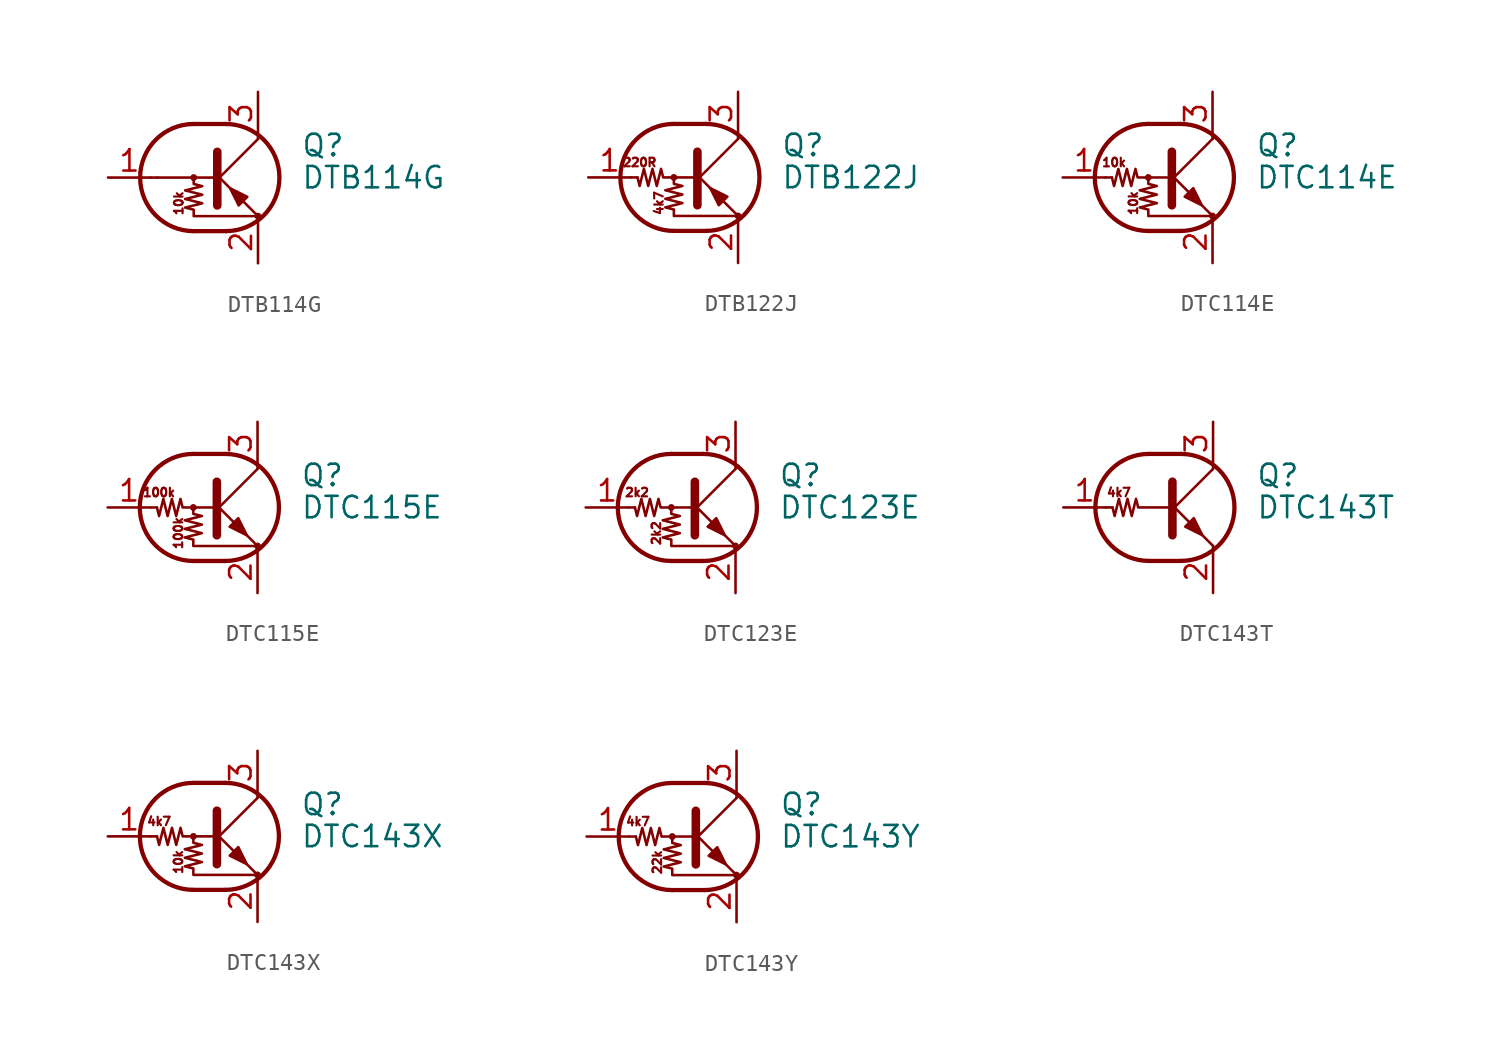
<source format=kicad_sym>
(kicad_symbol_lib
  (version 20201005)
  (generator kicad_symbol_editor)
  (symbol "Transistor_BJT:DTB114G"
    (pin_names
      (offset 0) hide)
    (property "Reference" "Q"
      (at 5.08 1.905 0)
      (effects (font (size 1.27 1.27)) (justify left)))
    (property "Value" "DTB114G"
      (at 5.08 0 0)
      (effects (font (size 1.27 1.27)) (justify left)))
    (symbol "DTB114G_0_0"
      (text "10k" (at -2.159 -1.524 900) (effects (font (size 0.508 0.508))))
      (polyline (pts (xy -3.429 0) (xy 0 0)) (stroke (width 0)) (fill (type none))))
    (symbol "DTB114G_0_1"
      (arc (start -1.27 3.175) (end -1.27 -3.175) (radius (at -1.27 0) (length 3.175) (angles 90.1 -90.1)) (stroke (width 0.254)) (fill (type none)))
      (arc (start 0.635 -3.175) (end 0.635 3.175) (radius (at 0.635 0) (length 3.175) (angles -89.9 89.9)) (stroke (width 0.254)) (fill (type none)))
      (circle (center -1.27 0) (radius 0.127) (stroke (width 0)) (fill (type none)))
      (circle (center 2.54 -2.286) (radius 0.127) (stroke (width 0)) (fill (type none)))
      (polyline (pts (xy -3.429 0) (xy -3.81 0)) (stroke (width 0)) (fill (type none)))
      (polyline (pts (xy -1.27 -3.175) (xy 0.635 -3.175)) (stroke (width 0.254)) (fill (type none)))
      (polyline (pts (xy -1.27 3.175) (xy 0.635 3.175)) (stroke (width 0.254)) (fill (type none)))
      (polyline (pts (xy 0 -0.254) (xy 2.54 2.286)) (stroke (width 0)) (fill (type none)))
      (polyline (pts (xy 0.127 1.524) (xy 0.127 -1.651)) (stroke (width 0.508)) (fill (type outline)))
      (polyline (pts (xy 2.54 2.286) (xy 2.54 2.54)) (stroke (width 0)) (fill (type none)))
      (polyline (pts (xy 2.54 -2.286) (xy 0 0.254) (xy 0 0.254)) (stroke (width 0)) (fill (type none)))
      (polyline (pts (xy 1.397 -1.651) (xy 1.905 -1.143) (xy 0.889 -0.635) (xy 1.397 -1.651)) (stroke (width 0)) (fill (type outline)))
      (polyline (pts (xy -1.27 0) (xy -1.27 -0.381) (xy -0.762 -0.508) (xy -1.778 -0.762) (xy -0.762 -1.016) (xy -1.778 -1.27) (xy -0.762 -1.524) (xy -1.778 -1.778) (xy -1.27 -1.905) (xy -1.27 -2.286) (xy 2.54 -2.286)) (stroke (width 0)) (fill (type none))))
    (symbol "DTB114G_1_1"
      (pin input line (at -6.35 0 0) (length 2.54) (name "B" (effects (font (size 1.27 1.27)))) (number "1" (effects (font (size 1.27 1.27)))))
      (pin passive line (at 2.54 -5.08 90) (length 2.54) (name "E" (effects (font (size 1.27 1.27)))) (number "2" (effects (font (size 1.27 1.27)))))
      (pin passive line (at 2.54 5.08 270) (length 2.54) (name "C" (effects (font (size 1.27 1.27)))) (number "3" (effects (font (size 1.27 1.27)))))))
  (symbol "Transistor_BJT:DTB122J"
    (pin_names
      (offset 0) hide)
    (property "Reference" "Q"
      (at 5.08 1.905 0)
      (effects (font (size 1.27 1.27)) (justify left)))
    (property "Value" "DTB122J"
      (at 5.08 0 0)
      (effects (font (size 1.27 1.27)) (justify left)))
    (symbol "DTB122J_0_0"
      (text "220R" (at -3.302 0.889 0) (effects (font (size 0.508 0.508))))
      (text "4k7" (at -2.159 -1.524 900) (effects (font (size 0.508 0.508)))))
    (symbol "DTB122J_0_1"
      (arc (start -1.27 3.175) (end -1.27 -3.175) (radius (at -1.27 0) (length 3.175) (angles 90.1 -90.1)) (stroke (width 0.254)) (fill (type none)))
      (arc (start 0.635 -3.175) (end 0.635 3.175) (radius (at 0.635 0) (length 3.175) (angles -89.9 89.9)) (stroke (width 0.254)) (fill (type none)))
      (circle (center -1.27 0) (radius 0.127) (stroke (width 0)) (fill (type none)))
      (circle (center 2.54 -2.286) (radius 0.127) (stroke (width 0)) (fill (type none)))
      (polyline (pts (xy -3.429 0) (xy -3.81 0)) (stroke (width 0)) (fill (type none)))
      (polyline (pts (xy -1.27 -3.175) (xy 0.635 -3.175)) (stroke (width 0.254)) (fill (type none)))
      (polyline (pts (xy -1.27 3.175) (xy 0.635 3.175)) (stroke (width 0.254)) (fill (type none)))
      (polyline (pts (xy 0 -0.254) (xy 2.54 2.286)) (stroke (width 0)) (fill (type none)))
      (polyline (pts (xy 0.127 1.524) (xy 0.127 -1.651)) (stroke (width 0.508)) (fill (type outline)))
      (polyline (pts (xy 2.54 2.286) (xy 2.54 2.54)) (stroke (width 0)) (fill (type none)))
      (polyline (pts (xy 2.54 -2.286) (xy 0 0.254) (xy 0 0.254)) (stroke (width 0)) (fill (type none)))
      (polyline (pts (xy 1.397 -1.651) (xy 1.905 -1.143) (xy 0.889 -0.635) (xy 1.397 -1.651)) (stroke (width 0)) (fill (type outline)))
      (polyline (pts (xy 0 0) (xy -1.905 0) (xy -2.032 0.508) (xy -2.286 -0.508) (xy -2.54 0.508) (xy -2.794 -0.508) (xy -3.048 0.508) (xy -3.302 -0.508) (xy -3.429 0)) (stroke (width 0)) (fill (type none)))
      (polyline (pts (xy -1.27 0) (xy -1.27 -0.381) (xy -0.762 -0.508) (xy -1.778 -0.762) (xy -0.762 -1.016) (xy -1.778 -1.27) (xy -0.762 -1.524) (xy -1.778 -1.778) (xy -1.27 -1.905) (xy -1.27 -2.286) (xy 2.54 -2.286)) (stroke (width 0)) (fill (type none))))
    (symbol "DTB122J_1_1"
      (pin input line (at -6.35 0 0) (length 2.54) (name "B" (effects (font (size 1.27 1.27)))) (number "1" (effects (font (size 1.27 1.27)))))
      (pin passive line (at 2.54 -5.08 90) (length 2.54) (name "E" (effects (font (size 1.27 1.27)))) (number "2" (effects (font (size 1.27 1.27)))))
      (pin passive line (at 2.54 5.08 270) (length 2.54) (name "C" (effects (font (size 1.27 1.27)))) (number "3" (effects (font (size 1.27 1.27)))))))
  (symbol "Transistor_BJT:DTC114E"
    (pin_names
      (offset 0) hide)
    (property "Reference" "Q"
      (at 5.08 1.905 0)
      (effects (font (size 1.27 1.27)) (justify left)))
    (property "Value" "DTC114E"
      (at 5.08 0 0)
      (effects (font (size 1.27 1.27)) (justify left)))
    (symbol "DTC114E_0_0"
      (text "10k" (at -3.302 0.889 0) (effects (font (size 0.508 0.508))))
      (text "10k" (at -2.159 -1.524 900) (effects (font (size 0.508 0.508)))))
    (symbol "DTC114E_0_1"
      (arc (start -1.27 3.175) (end -1.27 -3.175) (radius (at -1.27 0) (length 3.175) (angles 90.1 -90.1)) (stroke (width 0.254)) (fill (type none)))
      (arc (start 0.635 -3.175) (end 0.635 3.175) (radius (at 0.635 0) (length 3.175) (angles -89.9 89.9)) (stroke (width 0.254)) (fill (type none)))
      (circle (center -1.27 0) (radius 0.127) (stroke (width 0)) (fill (type none)))
      (circle (center 2.54 -2.286) (radius 0.127) (stroke (width 0)) (fill (type none)))
      (polyline (pts (xy -3.429 0) (xy -3.81 0)) (stroke (width 0)) (fill (type none)))
      (polyline (pts (xy -1.27 -3.175) (xy 0.635 -3.175)) (stroke (width 0.254)) (fill (type none)))
      (polyline (pts (xy -1.27 3.175) (xy 0.635 3.175)) (stroke (width 0.254)) (fill (type none)))
      (polyline (pts (xy 0 -0.254) (xy 2.54 2.286)) (stroke (width 0)) (fill (type none)))
      (polyline (pts (xy 0.127 1.524) (xy 0.127 -1.651)) (stroke (width 0.508)) (fill (type outline)))
      (polyline (pts (xy 2.54 2.286) (xy 2.54 2.54)) (stroke (width 0)) (fill (type none)))
      (polyline (pts (xy 2.54 -2.286) (xy 0 0.254) (xy 0 0.254)) (stroke (width 0)) (fill (type none)))
      (polyline (pts (xy 0.889 -1.143) (xy 1.397 -0.635) (xy 1.905 -1.651) (xy 0.889 -1.143)) (stroke (width 0)) (fill (type outline)))
      (polyline (pts (xy 0 0) (xy -1.905 0) (xy -2.032 0.508) (xy -2.286 -0.508) (xy -2.54 0.508) (xy -2.794 -0.508) (xy -3.048 0.508) (xy -3.302 -0.508) (xy -3.429 0)) (stroke (width 0)) (fill (type none)))
      (polyline (pts (xy -1.27 0) (xy -1.27 -0.381) (xy -0.762 -0.508) (xy -1.778 -0.762) (xy -0.762 -1.016) (xy -1.778 -1.27) (xy -0.762 -1.524) (xy -1.778 -1.778) (xy -1.27 -1.905) (xy -1.27 -2.286) (xy 2.54 -2.286)) (stroke (width 0)) (fill (type none))))
    (symbol "DTC114E_1_1"
      (pin input line (at -6.35 0 0) (length 2.54) (name "B" (effects (font (size 1.27 1.27)))) (number "1" (effects (font (size 1.27 1.27)))))
      (pin passive line (at 2.54 -5.08 90) (length 2.54) (name "E" (effects (font (size 1.27 1.27)))) (number "2" (effects (font (size 1.27 1.27)))))
      (pin passive line (at 2.54 5.08 270) (length 2.54) (name "C" (effects (font (size 1.27 1.27)))) (number "3" (effects (font (size 1.27 1.27)))))))
  (symbol "Transistor_BJT:DTC115E"
    (pin_names
      (offset 0) hide)
    (property "Reference" "Q"
      (at 5.08 1.905 0)
      (effects (font (size 1.27 1.27)) (justify left)))
    (property "Value" "DTC115E"
      (at 5.08 0 0)
      (effects (font (size 1.27 1.27)) (justify left)))
    (symbol "DTC115E_0_0"
      (text "100k" (at -3.302 0.889 0) (effects (font (size 0.508 0.508))))
      (text "100k" (at -2.159 -1.524 900) (effects (font (size 0.508 0.508)))))
    (symbol "DTC115E_0_1"
      (arc (start -1.27 3.175) (end -1.27 -3.175) (radius (at -1.27 0) (length 3.175) (angles 90.1 -90.1)) (stroke (width 0.254)) (fill (type none)))
      (arc (start 0.635 -3.175) (end 0.635 3.175) (radius (at 0.635 0) (length 3.175) (angles -89.9 89.9)) (stroke (width 0.254)) (fill (type none)))
      (circle (center -1.27 0) (radius 0.127) (stroke (width 0)) (fill (type none)))
      (circle (center 2.54 -2.286) (radius 0.127) (stroke (width 0)) (fill (type none)))
      (polyline (pts (xy -3.429 0) (xy -3.81 0)) (stroke (width 0)) (fill (type none)))
      (polyline (pts (xy -1.27 -3.175) (xy 0.635 -3.175)) (stroke (width 0.254)) (fill (type none)))
      (polyline (pts (xy -1.27 3.175) (xy 0.635 3.175)) (stroke (width 0.254)) (fill (type none)))
      (polyline (pts (xy 0 -0.254) (xy 2.54 2.286)) (stroke (width 0)) (fill (type none)))
      (polyline (pts (xy 0.127 1.524) (xy 0.127 -1.651)) (stroke (width 0.508)) (fill (type outline)))
      (polyline (pts (xy 2.54 2.286) (xy 2.54 2.54)) (stroke (width 0)) (fill (type none)))
      (polyline (pts (xy 2.54 -2.286) (xy 0 0.254) (xy 0 0.254)) (stroke (width 0)) (fill (type none)))
      (polyline (pts (xy 0.889 -1.143) (xy 1.397 -0.635) (xy 1.905 -1.651) (xy 0.889 -1.143)) (stroke (width 0)) (fill (type outline)))
      (polyline (pts (xy 0 0) (xy -1.905 0) (xy -2.032 0.508) (xy -2.286 -0.508) (xy -2.54 0.508) (xy -2.794 -0.508) (xy -3.048 0.508) (xy -3.302 -0.508) (xy -3.429 0)) (stroke (width 0)) (fill (type none)))
      (polyline (pts (xy -1.27 0) (xy -1.27 -0.381) (xy -0.762 -0.508) (xy -1.778 -0.762) (xy -0.762 -1.016) (xy -1.778 -1.27) (xy -0.762 -1.524) (xy -1.778 -1.778) (xy -1.27 -1.905) (xy -1.27 -2.286) (xy 2.54 -2.286)) (stroke (width 0)) (fill (type none))))
    (symbol "DTC115E_1_1"
      (pin input line (at -6.35 0 0) (length 2.54) (name "B" (effects (font (size 1.27 1.27)))) (number "1" (effects (font (size 1.27 1.27)))))
      (pin passive line (at 2.54 -5.08 90) (length 2.54) (name "E" (effects (font (size 1.27 1.27)))) (number "2" (effects (font (size 1.27 1.27)))))
      (pin passive line (at 2.54 5.08 270) (length 2.54) (name "C" (effects (font (size 1.27 1.27)))) (number "3" (effects (font (size 1.27 1.27)))))))
  (symbol "Transistor_BJT:DTC123E"
    (pin_names
      (offset 0) hide)
    (property "Reference" "Q"
      (at 5.08 1.905 0)
      (effects (font (size 1.27 1.27)) (justify left)))
    (property "Value" "DTC123E"
      (at 5.08 0 0)
      (effects (font (size 1.27 1.27)) (justify left)))
    (symbol "DTC123E_0_0"
      (text "2k2" (at -3.302 0.889 0) (effects (font (size 0.508 0.508))))
      (text "2k2" (at -2.159 -1.524 900) (effects (font (size 0.508 0.508)))))
    (symbol "DTC123E_0_1"
      (arc (start -1.27 3.175) (end -1.27 -3.175) (radius (at -1.27 0) (length 3.175) (angles 90.1 -90.1)) (stroke (width 0.254)) (fill (type none)))
      (arc (start 0.635 -3.175) (end 0.635 3.175) (radius (at 0.635 0) (length 3.175) (angles -89.9 89.9)) (stroke (width 0.254)) (fill (type none)))
      (circle (center -1.27 0) (radius 0.127) (stroke (width 0)) (fill (type none)))
      (circle (center 2.54 -2.286) (radius 0.127) (stroke (width 0)) (fill (type none)))
      (polyline (pts (xy -3.429 0) (xy -3.81 0)) (stroke (width 0)) (fill (type none)))
      (polyline (pts (xy -1.27 -3.175) (xy 0.635 -3.175)) (stroke (width 0.254)) (fill (type none)))
      (polyline (pts (xy -1.27 3.175) (xy 0.635 3.175)) (stroke (width 0.254)) (fill (type none)))
      (polyline (pts (xy 0 -0.254) (xy 2.54 2.286)) (stroke (width 0)) (fill (type none)))
      (polyline (pts (xy 0.127 1.524) (xy 0.127 -1.651)) (stroke (width 0.508)) (fill (type outline)))
      (polyline (pts (xy 2.54 2.286) (xy 2.54 2.54)) (stroke (width 0)) (fill (type none)))
      (polyline (pts (xy 2.54 -2.286) (xy 0 0.254) (xy 0 0.254)) (stroke (width 0)) (fill (type none)))
      (polyline (pts (xy 0.889 -1.143) (xy 1.397 -0.635) (xy 1.905 -1.651) (xy 0.889 -1.143)) (stroke (width 0)) (fill (type outline)))
      (polyline (pts (xy 0 0) (xy -1.905 0) (xy -2.032 0.508) (xy -2.286 -0.508) (xy -2.54 0.508) (xy -2.794 -0.508) (xy -3.048 0.508) (xy -3.302 -0.508) (xy -3.429 0)) (stroke (width 0)) (fill (type none)))
      (polyline (pts (xy -1.27 0) (xy -1.27 -0.381) (xy -0.762 -0.508) (xy -1.778 -0.762) (xy -0.762 -1.016) (xy -1.778 -1.27) (xy -0.762 -1.524) (xy -1.778 -1.778) (xy -1.27 -1.905) (xy -1.27 -2.286) (xy 2.54 -2.286)) (stroke (width 0)) (fill (type none))))
    (symbol "DTC123E_1_1"
      (pin input line (at -6.35 0 0) (length 2.54) (name "B" (effects (font (size 1.27 1.27)))) (number "1" (effects (font (size 1.27 1.27)))))
      (pin passive line (at 2.54 -5.08 90) (length 2.54) (name "E" (effects (font (size 1.27 1.27)))) (number "2" (effects (font (size 1.27 1.27)))))
      (pin passive line (at 2.54 5.08 270) (length 2.54) (name "C" (effects (font (size 1.27 1.27)))) (number "3" (effects (font (size 1.27 1.27)))))))
  (symbol "Transistor_BJT:DTC143T"
    (pin_names
      (offset 0) hide)
    (property "Reference" "Q"
      (at 5.08 1.905 0)
      (effects (font (size 1.27 1.27)) (justify left)))
    (property "Value" "DTC143T"
      (at 5.08 0 0)
      (effects (font (size 1.27 1.27)) (justify left)))
    (symbol "DTC143T_0_0"
      (text "4k7" (at -3.048 0.889 0) (effects (font (size 0.508 0.508))))
      (polyline (pts (xy 2.54 -2.286) (xy 2.54 -2.54)) (stroke (width 0)) (fill (type none))))
    (symbol "DTC143T_0_1"
      (arc (start -1.27 3.175) (end -1.27 -3.175) (radius (at -1.27 0) (length 3.175) (angles 90.1 -90.1)) (stroke (width 0.254)) (fill (type none)))
      (arc (start 0.635 -3.175) (end 0.635 3.175) (radius (at 0.635 0) (length 3.175) (angles -89.9 89.9)) (stroke (width 0.254)) (fill (type none)))
      (polyline (pts (xy -3.429 0) (xy -3.81 0)) (stroke (width 0)) (fill (type none)))
      (polyline (pts (xy -1.27 -3.175) (xy 0.635 -3.175)) (stroke (width 0.254)) (fill (type none)))
      (polyline (pts (xy -1.27 3.175) (xy 0.635 3.175)) (stroke (width 0.254)) (fill (type none)))
      (polyline (pts (xy 0 -0.254) (xy 2.54 2.286)) (stroke (width 0)) (fill (type none)))
      (polyline (pts (xy 0.127 1.524) (xy 0.127 -1.651)) (stroke (width 0.508)) (fill (type outline)))
      (polyline (pts (xy 2.54 2.286) (xy 2.54 2.54)) (stroke (width 0)) (fill (type none)))
      (polyline (pts (xy 2.54 -2.286) (xy 0 0.254) (xy 0 0.254)) (stroke (width 0)) (fill (type none)))
      (polyline (pts (xy 0.889 -1.143) (xy 1.397 -0.635) (xy 1.905 -1.651) (xy 0.889 -1.143)) (stroke (width 0)) (fill (type outline)))
      (polyline (pts (xy 0 0) (xy -1.905 0) (xy -2.032 0.508) (xy -2.286 -0.508) (xy -2.54 0.508) (xy -2.794 -0.508) (xy -3.048 0.508) (xy -3.302 -0.508) (xy -3.429 0)) (stroke (width 0)) (fill (type none))))
    (symbol "DTC143T_1_1"
      (pin input line (at -6.35 0 0) (length 2.54) (name "B" (effects (font (size 1.27 1.27)))) (number "1" (effects (font (size 1.27 1.27)))))
      (pin passive line (at 2.54 -5.08 90) (length 2.54) (name "E" (effects (font (size 1.27 1.27)))) (number "2" (effects (font (size 1.27 1.27)))))
      (pin passive line (at 2.54 5.08 270) (length 2.54) (name "C" (effects (font (size 1.27 1.27)))) (number "3" (effects (font (size 1.27 1.27)))))))
  (symbol "Transistor_BJT:DTC143X"
    (pin_names
      (offset 0) hide)
    (property "Reference" "Q"
      (at 5.08 1.905 0)
      (effects (font (size 1.27 1.27)) (justify left)))
    (property "Value" "DTC143X"
      (at 5.08 0 0)
      (effects (font (size 1.27 1.27)) (justify left)))
    (symbol "DTC143X_0_0"
      (text "10k" (at -2.159 -1.524 900) (effects (font (size 0.508 0.508))))
      (text "4k7" (at -3.302 0.889 0) (effects (font (size 0.508 0.508)))))
    (symbol "DTC143X_0_1"
      (arc (start -1.27 3.175) (end -1.27 -3.175) (radius (at -1.27 0) (length 3.175) (angles 90.1 -90.1)) (stroke (width 0.254)) (fill (type none)))
      (arc (start 0.635 -3.175) (end 0.635 3.175) (radius (at 0.635 0) (length 3.175) (angles -89.9 89.9)) (stroke (width 0.254)) (fill (type none)))
      (circle (center -1.27 0) (radius 0.127) (stroke (width 0)) (fill (type none)))
      (circle (center 2.54 -2.286) (radius 0.127) (stroke (width 0)) (fill (type none)))
      (polyline (pts (xy -3.429 0) (xy -3.81 0)) (stroke (width 0)) (fill (type none)))
      (polyline (pts (xy -1.27 -3.175) (xy 0.635 -3.175)) (stroke (width 0.254)) (fill (type none)))
      (polyline (pts (xy -1.27 3.175) (xy 0.635 3.175)) (stroke (width 0.254)) (fill (type none)))
      (polyline (pts (xy 0 -0.254) (xy 2.54 2.286)) (stroke (width 0)) (fill (type none)))
      (polyline (pts (xy 0.127 1.524) (xy 0.127 -1.651)) (stroke (width 0.508)) (fill (type outline)))
      (polyline (pts (xy 2.54 2.286) (xy 2.54 2.54)) (stroke (width 0)) (fill (type none)))
      (polyline (pts (xy 2.54 -2.286) (xy 0 0.254) (xy 0 0.254)) (stroke (width 0)) (fill (type none)))
      (polyline (pts (xy 0.889 -1.143) (xy 1.397 -0.635) (xy 1.905 -1.651) (xy 0.889 -1.143)) (stroke (width 0)) (fill (type outline)))
      (polyline (pts (xy 0 0) (xy -1.905 0) (xy -2.032 0.508) (xy -2.286 -0.508) (xy -2.54 0.508) (xy -2.794 -0.508) (xy -3.048 0.508) (xy -3.302 -0.508) (xy -3.429 0)) (stroke (width 0)) (fill (type none)))
      (polyline (pts (xy -1.27 0) (xy -1.27 -0.381) (xy -0.762 -0.508) (xy -1.778 -0.762) (xy -0.762 -1.016) (xy -1.778 -1.27) (xy -0.762 -1.524) (xy -1.778 -1.778) (xy -1.27 -1.905) (xy -1.27 -2.286) (xy 2.54 -2.286)) (stroke (width 0)) (fill (type none))))
    (symbol "DTC143X_1_1"
      (pin input line (at -6.35 0 0) (length 2.54) (name "B" (effects (font (size 1.27 1.27)))) (number "1" (effects (font (size 1.27 1.27)))))
      (pin passive line (at 2.54 -5.08 90) (length 2.54) (name "E" (effects (font (size 1.27 1.27)))) (number "2" (effects (font (size 1.27 1.27)))))
      (pin passive line (at 2.54 5.08 270) (length 2.54) (name "C" (effects (font (size 1.27 1.27)))) (number "3" (effects (font (size 1.27 1.27)))))))
  (symbol "Transistor_BJT:DTC143Y"
    (pin_names
      (offset 0) hide)
    (property "Reference" "Q"
      (at 5.08 1.905 0)
      (effects (font (size 1.27 1.27)) (justify left)))
    (property "Value" "DTC143Y"
      (at 5.08 0 0)
      (effects (font (size 1.27 1.27)) (justify left)))
    (symbol "DTC143Y_0_0"
      (text "22k" (at -2.159 -1.524 900) (effects (font (size 0.508 0.508))))
      (text "4k7" (at -3.302 0.889 0) (effects (font (size 0.508 0.508)))))
    (symbol "DTC143Y_0_1"
      (arc (start -1.27 3.175) (end -1.27 -3.175) (radius (at -1.27 0) (length 3.175) (angles 90.1 -90.1)) (stroke (width 0.254)) (fill (type none)))
      (arc (start 0.635 -3.175) (end 0.635 3.175) (radius (at 0.635 0) (length 3.175) (angles -89.9 89.9)) (stroke (width 0.254)) (fill (type none)))
      (circle (center -1.27 0) (radius 0.127) (stroke (width 0)) (fill (type none)))
      (circle (center 2.54 -2.286) (radius 0.127) (stroke (width 0)) (fill (type none)))
      (polyline (pts (xy -3.429 0) (xy -3.81 0)) (stroke (width 0)) (fill (type none)))
      (polyline (pts (xy -1.27 -3.175) (xy 0.635 -3.175)) (stroke (width 0.254)) (fill (type none)))
      (polyline (pts (xy -1.27 3.175) (xy 0.635 3.175)) (stroke (width 0.254)) (fill (type none)))
      (polyline (pts (xy 0 -0.254) (xy 2.54 2.286)) (stroke (width 0)) (fill (type none)))
      (polyline (pts (xy 0.127 1.524) (xy 0.127 -1.651)) (stroke (width 0.508)) (fill (type outline)))
      (polyline (pts (xy 2.54 2.286) (xy 2.54 2.54)) (stroke (width 0)) (fill (type none)))
      (polyline (pts (xy 2.54 -2.286) (xy 0 0.254) (xy 0 0.254)) (stroke (width 0)) (fill (type none)))
      (polyline (pts (xy 0.889 -1.143) (xy 1.397 -0.635) (xy 1.905 -1.651) (xy 0.889 -1.143)) (stroke (width 0)) (fill (type outline)))
      (polyline (pts (xy 0 0) (xy -1.905 0) (xy -2.032 0.508) (xy -2.286 -0.508) (xy -2.54 0.508) (xy -2.794 -0.508) (xy -3.048 0.508) (xy -3.302 -0.508) (xy -3.429 0)) (stroke (width 0)) (fill (type none)))
      (polyline (pts (xy -1.27 0) (xy -1.27 -0.381) (xy -0.762 -0.508) (xy -1.778 -0.762) (xy -0.762 -1.016) (xy -1.778 -1.27) (xy -0.762 -1.524) (xy -1.778 -1.778) (xy -1.27 -1.905) (xy -1.27 -2.286) (xy 2.54 -2.286)) (stroke (width 0)) (fill (type none))))
    (symbol "DTC143Y_1_1"
      (pin input line (at -6.35 0 0) (length 2.54) (name "B" (effects (font (size 1.27 1.27)))) (number "1" (effects (font (size 1.27 1.27)))))
      (pin passive line (at 2.54 -5.08 90) (length 2.54) (name "E" (effects (font (size 1.27 1.27)))) (number "2" (effects (font (size 1.27 1.27)))))
      (pin passive line (at 2.54 5.08 270) (length 2.54) (name "C" (effects (font (size 1.27 1.27)))) (number "3" (effects (font (size 1.27 1.27))))))))
</source>
